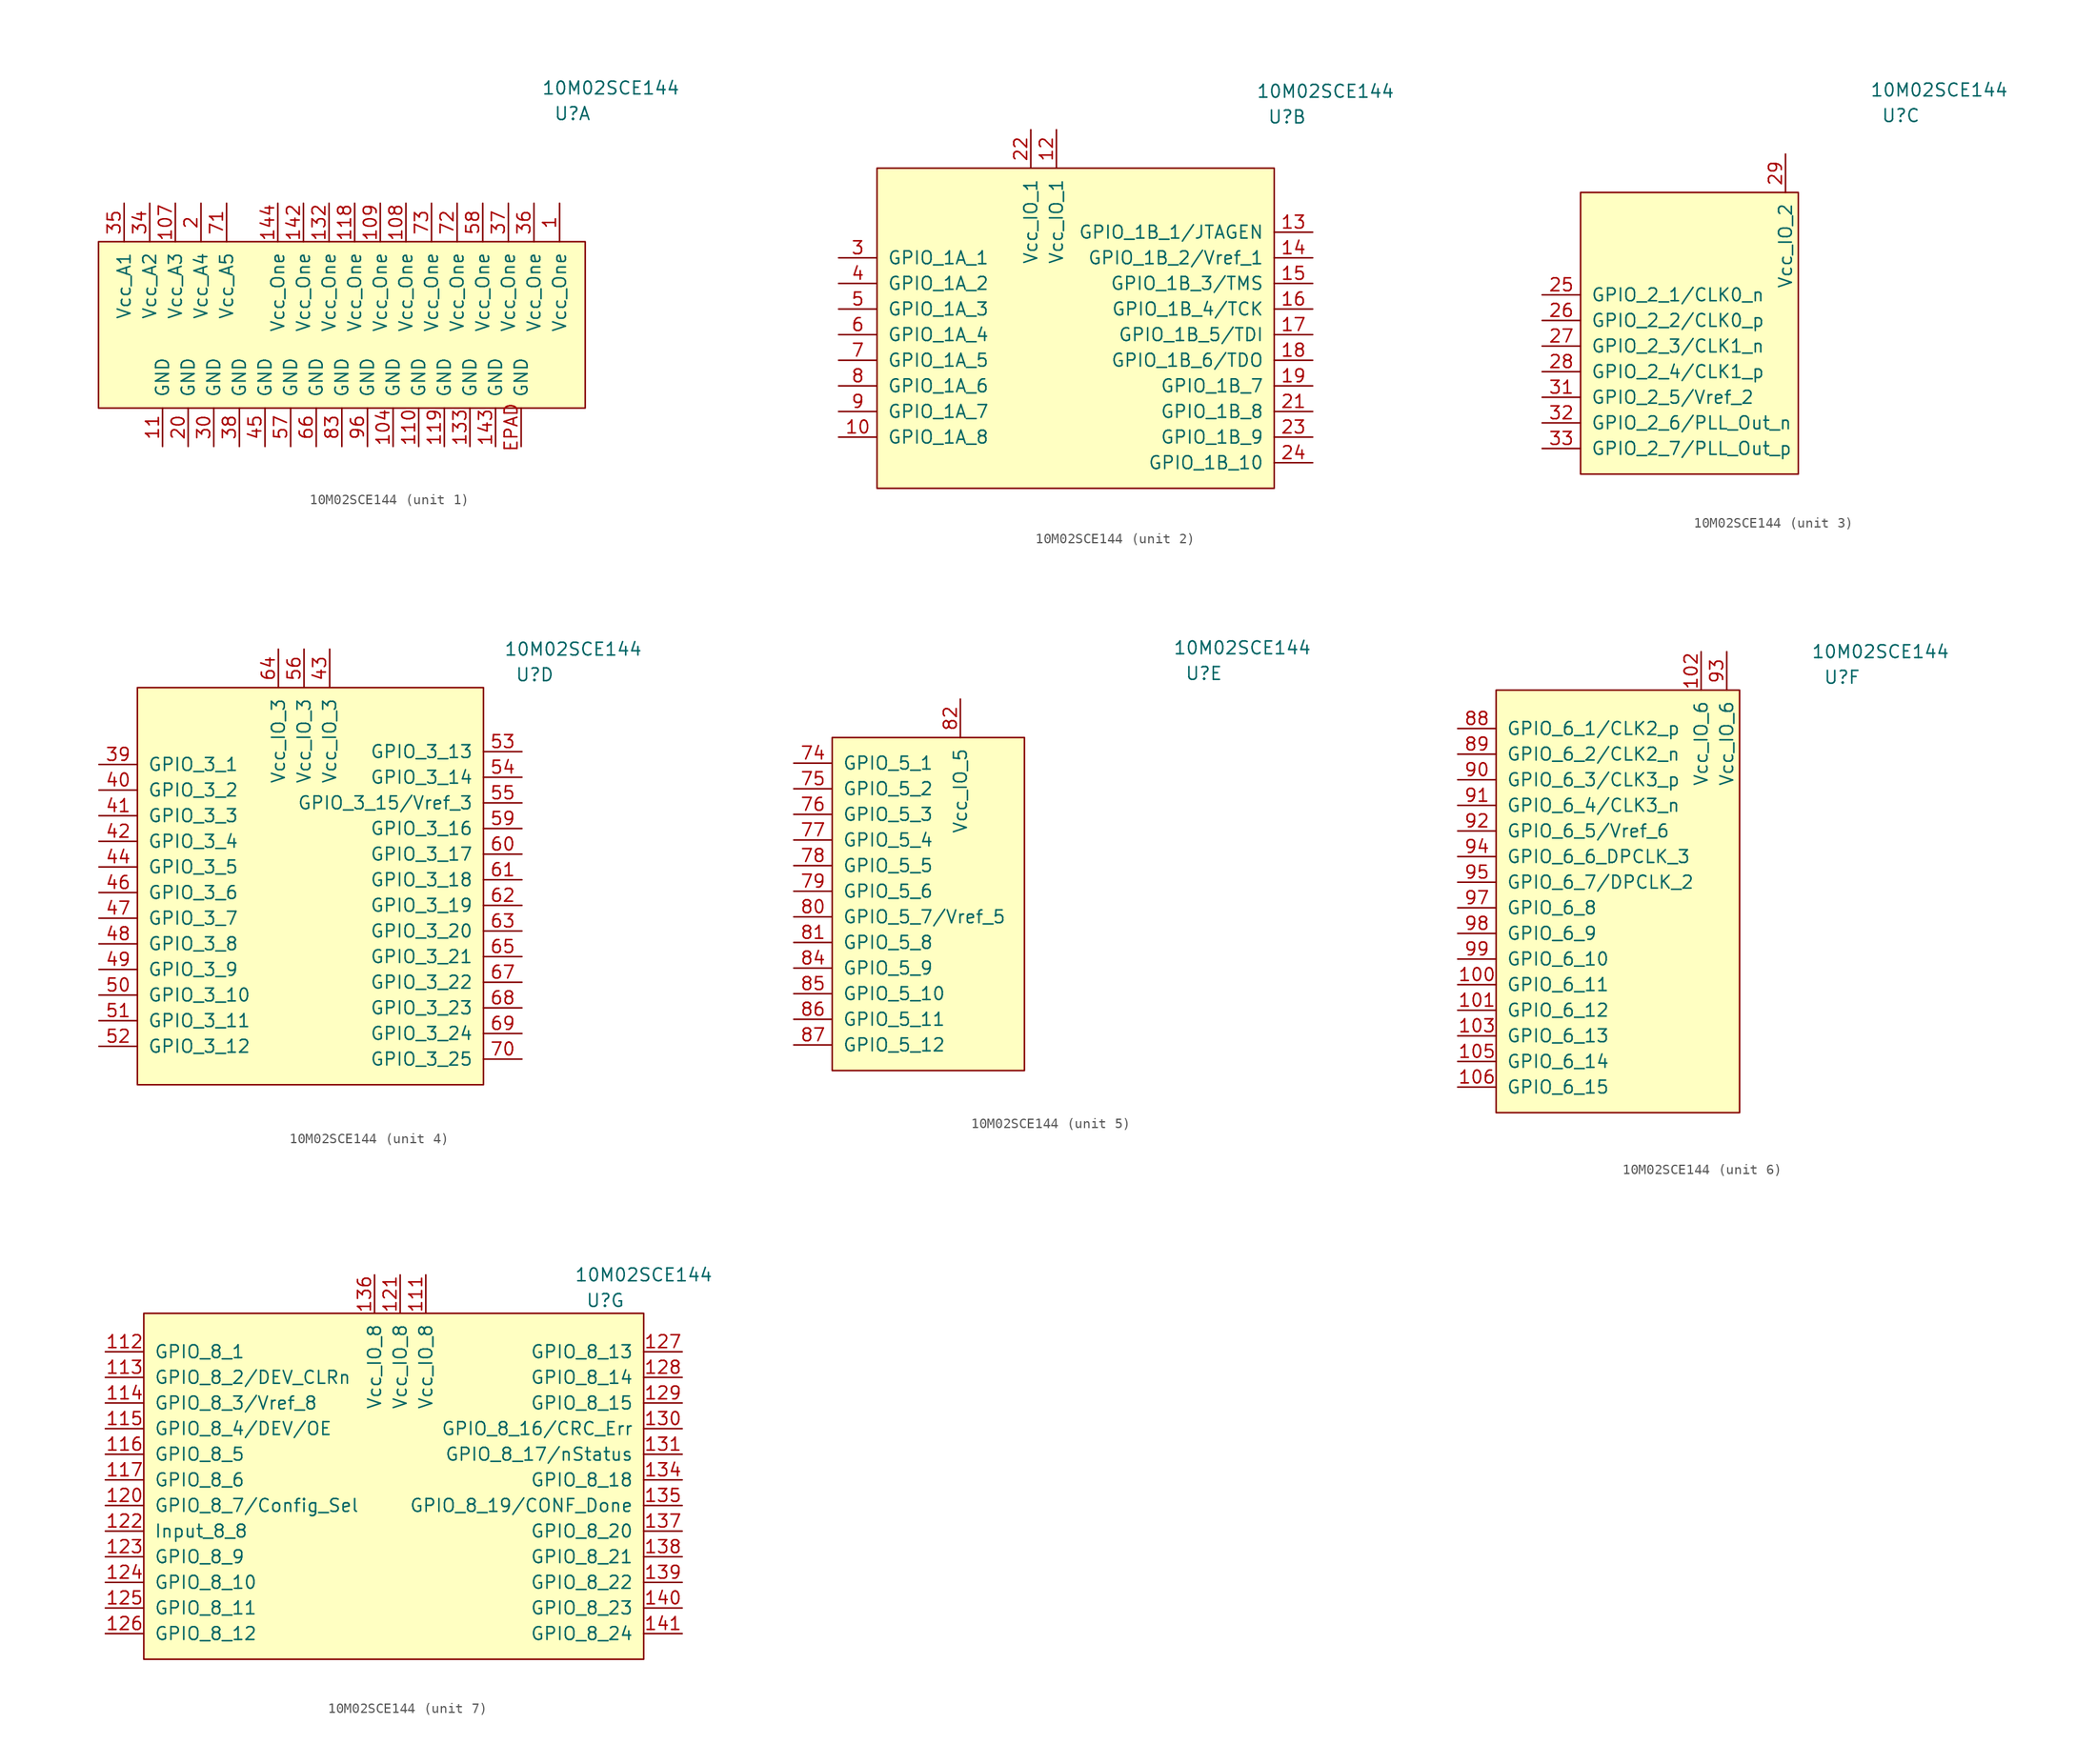
<source format=kicad_sym>
(kicad_symbol_lib
  (version 20210619)
  (generator kicad_symbol_editor)
  (symbol "Maxted Libs:10M02SCE144"
    (pin_names
      (offset 1.016))
    (property "Reference" "U"
      (at 22.86 22.86 0)
      (effects (font (size 1.27 1.27))))
    (property "Value" "10M02SCE144"
      (at 26.67 25.4 0)
      (effects (font (size 1.27 1.27))))
    (property "ki_locked" ""
      (at 0 0 0)
      (effects (font (size 1.27 1.27))))
    (symbol "10M02SCE144_1_1"
      (rectangle (start -24.13 10.16) (end 24.13 -6.35) (stroke (width 0)) (fill (type background)))
      (pin unspecified line (at 21.59 13.97 270) (length 3.81) (name "Vcc_One" (effects (font (size 1.27 1.27)))) (number "1" (effects (font (size 1.27 1.27)))))
      (pin unspecified line (at 5.08 -10.16 90) (length 3.81) (name "GND" (effects (font (size 1.27 1.27)))) (number "104" (effects (font (size 1.27 1.27)))))
      (pin unspecified line (at -16.51 13.97 270) (length 3.81) (name "Vcc_A3" (effects (font (size 1.27 1.27)))) (number "107" (effects (font (size 1.27 1.27)))))
      (pin unspecified line (at 6.35 13.97 270) (length 3.81) (name "Vcc_One" (effects (font (size 1.27 1.27)))) (number "108" (effects (font (size 1.27 1.27)))))
      (pin unspecified line (at 3.81 13.97 270) (length 3.81) (name "Vcc_One" (effects (font (size 1.27 1.27)))) (number "109" (effects (font (size 1.27 1.27)))))
      (pin unspecified line (at -17.78 -10.16 90) (length 3.81) (name "GND" (effects (font (size 1.27 1.27)))) (number "11" (effects (font (size 1.27 1.27)))))
      (pin unspecified line (at 7.62 -10.16 90) (length 3.81) (name "GND" (effects (font (size 1.27 1.27)))) (number "110" (effects (font (size 1.27 1.27)))))
      (pin unspecified line (at 1.27 13.97 270) (length 3.81) (name "Vcc_One" (effects (font (size 1.27 1.27)))) (number "118" (effects (font (size 1.27 1.27)))))
      (pin unspecified line (at 10.16 -10.16 90) (length 3.81) (name "GND" (effects (font (size 1.27 1.27)))) (number "119" (effects (font (size 1.27 1.27)))))
      (pin unspecified line (at -1.27 13.97 270) (length 3.81) (name "Vcc_One" (effects (font (size 1.27 1.27)))) (number "132" (effects (font (size 1.27 1.27)))))
      (pin unspecified line (at 12.7 -10.16 90) (length 3.81) (name "GND" (effects (font (size 1.27 1.27)))) (number "133" (effects (font (size 1.27 1.27)))))
      (pin unspecified line (at -3.81 13.97 270) (length 3.81) (name "Vcc_One" (effects (font (size 1.27 1.27)))) (number "142" (effects (font (size 1.27 1.27)))))
      (pin unspecified line (at 15.24 -10.16 90) (length 3.81) (name "GND" (effects (font (size 1.27 1.27)))) (number "143" (effects (font (size 1.27 1.27)))))
      (pin unspecified line (at -6.35 13.97 270) (length 3.81) (name "Vcc_One" (effects (font (size 1.27 1.27)))) (number "144" (effects (font (size 1.27 1.27)))))
      (pin unspecified line (at -13.97 13.97 270) (length 3.81) (name "Vcc_A4" (effects (font (size 1.27 1.27)))) (number "2" (effects (font (size 1.27 1.27)))))
      (pin unspecified line (at -15.24 -10.16 90) (length 3.81) (name "GND" (effects (font (size 1.27 1.27)))) (number "20" (effects (font (size 1.27 1.27)))))
      (pin unspecified line (at -12.7 -10.16 90) (length 3.81) (name "GND" (effects (font (size 1.27 1.27)))) (number "30" (effects (font (size 1.27 1.27)))))
      (pin unspecified line (at -19.05 13.97 270) (length 3.81) (name "Vcc_A2" (effects (font (size 1.27 1.27)))) (number "34" (effects (font (size 1.27 1.27)))))
      (pin unspecified line (at -21.59 13.97 270) (length 3.81) (name "Vcc_A1" (effects (font (size 1.27 1.27)))) (number "35" (effects (font (size 1.27 1.27)))))
      (pin unspecified line (at 19.05 13.97 270) (length 3.81) (name "Vcc_One" (effects (font (size 1.27 1.27)))) (number "36" (effects (font (size 1.27 1.27)))))
      (pin unspecified line (at 16.51 13.97 270) (length 3.81) (name "Vcc_One" (effects (font (size 1.27 1.27)))) (number "37" (effects (font (size 1.27 1.27)))))
      (pin unspecified line (at -10.16 -10.16 90) (length 3.81) (name "GND" (effects (font (size 1.27 1.27)))) (number "38" (effects (font (size 1.27 1.27)))))
      (pin unspecified line (at -7.62 -10.16 90) (length 3.81) (name "GND" (effects (font (size 1.27 1.27)))) (number "45" (effects (font (size 1.27 1.27)))))
      (pin unspecified line (at -5.08 -10.16 90) (length 3.81) (name "GND" (effects (font (size 1.27 1.27)))) (number "57" (effects (font (size 1.27 1.27)))))
      (pin unspecified line (at 13.97 13.97 270) (length 3.81) (name "Vcc_One" (effects (font (size 1.27 1.27)))) (number "58" (effects (font (size 1.27 1.27)))))
      (pin unspecified line (at -2.54 -10.16 90) (length 3.81) (name "GND" (effects (font (size 1.27 1.27)))) (number "66" (effects (font (size 1.27 1.27)))))
      (pin unspecified line (at -11.43 13.97 270) (length 3.81) (name "Vcc_A5" (effects (font (size 1.27 1.27)))) (number "71" (effects (font (size 1.27 1.27)))))
      (pin unspecified line (at 11.43 13.97 270) (length 3.81) (name "Vcc_One" (effects (font (size 1.27 1.27)))) (number "72" (effects (font (size 1.27 1.27)))))
      (pin unspecified line (at 8.89 13.97 270) (length 3.81) (name "Vcc_One" (effects (font (size 1.27 1.27)))) (number "73" (effects (font (size 1.27 1.27)))))
      (pin unspecified line (at 0 -10.16 90) (length 3.81) (name "GND" (effects (font (size 1.27 1.27)))) (number "83" (effects (font (size 1.27 1.27)))))
      (pin unspecified line (at 2.54 -10.16 90) (length 3.81) (name "GND" (effects (font (size 1.27 1.27)))) (number "96" (effects (font (size 1.27 1.27)))))
      (pin unspecified line (at 17.78 -10.16 90) (length 3.81) (name "GND" (effects (font (size 1.27 1.27)))) (number "EPAD" (effects (font (size 1.27 1.27))))))
    (symbol "10M02SCE144_2_1"
      (rectangle (start -17.78 17.78) (end 21.59 -13.97) (stroke (width 0)) (fill (type background)))
      (pin unspecified line (at -21.59 -8.89 0) (length 3.81) (name "GPIO_1A_8" (effects (font (size 1.27 1.27)))) (number "10" (effects (font (size 1.27 1.27)))))
      (pin unspecified line (at 0 21.59 270) (length 3.81) (name "Vcc_IO_1" (effects (font (size 1.27 1.27)))) (number "12" (effects (font (size 1.27 1.27)))))
      (pin unspecified line (at 25.4 11.43 180) (length 3.81) (name "GPIO_1B_1/JTAGEN" (effects (font (size 1.27 1.27)))) (number "13" (effects (font (size 1.27 1.27)))))
      (pin unspecified line (at 25.4 8.89 180) (length 3.81) (name "GPIO_1B_2/Vref_1" (effects (font (size 1.27 1.27)))) (number "14" (effects (font (size 1.27 1.27)))))
      (pin unspecified line (at 25.4 6.35 180) (length 3.81) (name "GPIO_1B_3/TMS" (effects (font (size 1.27 1.27)))) (number "15" (effects (font (size 1.27 1.27)))))
      (pin unspecified line (at 25.4 3.81 180) (length 3.81) (name "GPIO_1B_4/TCK" (effects (font (size 1.27 1.27)))) (number "16" (effects (font (size 1.27 1.27)))))
      (pin unspecified line (at 25.4 1.27 180) (length 3.81) (name "GPIO_1B_5/TDI" (effects (font (size 1.27 1.27)))) (number "17" (effects (font (size 1.27 1.27)))))
      (pin unspecified line (at 25.4 -1.27 180) (length 3.81) (name "GPIO_1B_6/TDO" (effects (font (size 1.27 1.27)))) (number "18" (effects (font (size 1.27 1.27)))))
      (pin unspecified line (at 25.4 -3.81 180) (length 3.81) (name "GPIO_1B_7" (effects (font (size 1.27 1.27)))) (number "19" (effects (font (size 1.27 1.27)))))
      (pin unspecified line (at 25.4 -6.35 180) (length 3.81) (name "GPIO_1B_8" (effects (font (size 1.27 1.27)))) (number "21" (effects (font (size 1.27 1.27)))))
      (pin unspecified line (at -2.54 21.59 270) (length 3.81) (name "Vcc_IO_1" (effects (font (size 1.27 1.27)))) (number "22" (effects (font (size 1.27 1.27)))))
      (pin unspecified line (at 25.4 -8.89 180) (length 3.81) (name "GPIO_1B_9" (effects (font (size 1.27 1.27)))) (number "23" (effects (font (size 1.27 1.27)))))
      (pin unspecified line (at 25.4 -11.43 180) (length 3.81) (name "GPIO_1B_10" (effects (font (size 1.27 1.27)))) (number "24" (effects (font (size 1.27 1.27)))))
      (pin unspecified line (at -21.59 8.89 0) (length 3.81) (name "GPIO_1A_1" (effects (font (size 1.27 1.27)))) (number "3" (effects (font (size 1.27 1.27)))))
      (pin unspecified line (at -21.59 6.35 0) (length 3.81) (name "GPIO_1A_2" (effects (font (size 1.27 1.27)))) (number "4" (effects (font (size 1.27 1.27)))))
      (pin unspecified line (at -21.59 3.81 0) (length 3.81) (name "GPIO_1A_3" (effects (font (size 1.27 1.27)))) (number "5" (effects (font (size 1.27 1.27)))))
      (pin unspecified line (at -21.59 1.27 0) (length 3.81) (name "GPIO_1A_4" (effects (font (size 1.27 1.27)))) (number "6" (effects (font (size 1.27 1.27)))))
      (pin unspecified line (at -21.59 -1.27 0) (length 3.81) (name "GPIO_1A_5" (effects (font (size 1.27 1.27)))) (number "7" (effects (font (size 1.27 1.27)))))
      (pin unspecified line (at -21.59 -3.81 0) (length 3.81) (name "GPIO_1A_6" (effects (font (size 1.27 1.27)))) (number "8" (effects (font (size 1.27 1.27)))))
      (pin unspecified line (at -21.59 -6.35 0) (length 3.81) (name "GPIO_1A_7" (effects (font (size 1.27 1.27)))) (number "9" (effects (font (size 1.27 1.27))))))
    (symbol "10M02SCE144_3_1"
      (rectangle (start 12.7 15.24) (end -8.89 -12.7) (stroke (width 0)) (fill (type background)))
      (pin unspecified line (at -12.7 5.08 0) (length 3.81) (name "GPIO_2_1/CLK0_n" (effects (font (size 1.27 1.27)))) (number "25" (effects (font (size 1.27 1.27)))))
      (pin unspecified line (at -12.7 2.54 0) (length 3.81) (name "GPIO_2_2/CLK0_p" (effects (font (size 1.27 1.27)))) (number "26" (effects (font (size 1.27 1.27)))))
      (pin unspecified line (at -12.7 0 0) (length 3.81) (name "GPIO_2_3/CLK1_n" (effects (font (size 1.27 1.27)))) (number "27" (effects (font (size 1.27 1.27)))))
      (pin unspecified line (at -12.7 -2.54 0) (length 3.81) (name "GPIO_2_4/CLK1_p" (effects (font (size 1.27 1.27)))) (number "28" (effects (font (size 1.27 1.27)))))
      (pin unspecified line (at 11.43 19.05 270) (length 3.81) (name "Vcc_IO_2" (effects (font (size 1.27 1.27)))) (number "29" (effects (font (size 1.27 1.27)))))
      (pin unspecified line (at -12.7 -5.08 0) (length 3.81) (name "GPIO_2_5/Vref_2" (effects (font (size 1.27 1.27)))) (number "31" (effects (font (size 1.27 1.27)))))
      (pin unspecified line (at -12.7 -7.62 0) (length 3.81) (name "GPIO_2_6/PLL_Out_n" (effects (font (size 1.27 1.27)))) (number "32" (effects (font (size 1.27 1.27)))))
      (pin unspecified line (at -12.7 -10.16 0) (length 3.81) (name "GPIO_2_7/PLL_Out_p" (effects (font (size 1.27 1.27)))) (number "33" (effects (font (size 1.27 1.27))))))
    (symbol "10M02SCE144_4_1"
      (rectangle (start 17.78 -17.78) (end -16.51 21.59) (stroke (width 0)) (fill (type background)))
      (pin unspecified line (at -20.32 13.97 0) (length 3.81) (name "GPIO_3_1" (effects (font (size 1.27 1.27)))) (number "39" (effects (font (size 1.27 1.27)))))
      (pin unspecified line (at -20.32 11.43 0) (length 3.81) (name "GPIO_3_2" (effects (font (size 1.27 1.27)))) (number "40" (effects (font (size 1.27 1.27)))))
      (pin unspecified line (at -20.32 8.89 0) (length 3.81) (name "GPIO_3_3" (effects (font (size 1.27 1.27)))) (number "41" (effects (font (size 1.27 1.27)))))
      (pin unspecified line (at -20.32 6.35 0) (length 3.81) (name "GPIO_3_4" (effects (font (size 1.27 1.27)))) (number "42" (effects (font (size 1.27 1.27)))))
      (pin unspecified line (at 2.54 25.4 270) (length 3.81) (name "Vcc_IO_3" (effects (font (size 1.27 1.27)))) (number "43" (effects (font (size 1.27 1.27)))))
      (pin unspecified line (at -20.32 3.81 0) (length 3.81) (name "GPIO_3_5" (effects (font (size 1.27 1.27)))) (number "44" (effects (font (size 1.27 1.27)))))
      (pin unspecified line (at -20.32 1.27 0) (length 3.81) (name "GPIO_3_6" (effects (font (size 1.27 1.27)))) (number "46" (effects (font (size 1.27 1.27)))))
      (pin unspecified line (at -20.32 -1.27 0) (length 3.81) (name "GPIO_3_7" (effects (font (size 1.27 1.27)))) (number "47" (effects (font (size 1.27 1.27)))))
      (pin unspecified line (at -20.32 -3.81 0) (length 3.81) (name "GPIO_3_8" (effects (font (size 1.27 1.27)))) (number "48" (effects (font (size 1.27 1.27)))))
      (pin unspecified line (at -20.32 -6.35 0) (length 3.81) (name "GPIO_3_9" (effects (font (size 1.27 1.27)))) (number "49" (effects (font (size 1.27 1.27)))))
      (pin unspecified line (at -20.32 -8.89 0) (length 3.81) (name "GPIO_3_10" (effects (font (size 1.27 1.27)))) (number "50" (effects (font (size 1.27 1.27)))))
      (pin unspecified line (at -20.32 -11.43 0) (length 3.81) (name "GPIO_3_11" (effects (font (size 1.27 1.27)))) (number "51" (effects (font (size 1.27 1.27)))))
      (pin unspecified line (at -20.32 -13.97 0) (length 3.81) (name "GPIO_3_12" (effects (font (size 1.27 1.27)))) (number "52" (effects (font (size 1.27 1.27)))))
      (pin unspecified line (at 21.59 15.24 180) (length 3.81) (name "GPIO_3_13" (effects (font (size 1.27 1.27)))) (number "53" (effects (font (size 1.27 1.27)))))
      (pin unspecified line (at 21.59 12.7 180) (length 3.81) (name "GPIO_3_14" (effects (font (size 1.27 1.27)))) (number "54" (effects (font (size 1.27 1.27)))))
      (pin unspecified line (at 21.59 10.16 180) (length 3.81) (name "GPIO_3_15/Vref_3" (effects (font (size 1.27 1.27)))) (number "55" (effects (font (size 1.27 1.27)))))
      (pin unspecified line (at 0 25.4 270) (length 3.81) (name "Vcc_IO_3" (effects (font (size 1.27 1.27)))) (number "56" (effects (font (size 1.27 1.27)))))
      (pin unspecified line (at 21.59 7.62 180) (length 3.81) (name "GPIO_3_16" (effects (font (size 1.27 1.27)))) (number "59" (effects (font (size 1.27 1.27)))))
      (pin unspecified line (at 21.59 5.08 180) (length 3.81) (name "GPIO_3_17" (effects (font (size 1.27 1.27)))) (number "60" (effects (font (size 1.27 1.27)))))
      (pin unspecified line (at 21.59 2.54 180) (length 3.81) (name "GPIO_3_18" (effects (font (size 1.27 1.27)))) (number "61" (effects (font (size 1.27 1.27)))))
      (pin unspecified line (at 21.59 0 180) (length 3.81) (name "GPIO_3_19" (effects (font (size 1.27 1.27)))) (number "62" (effects (font (size 1.27 1.27)))))
      (pin unspecified line (at 21.59 -2.54 180) (length 3.81) (name "GPIO_3_20" (effects (font (size 1.27 1.27)))) (number "63" (effects (font (size 1.27 1.27)))))
      (pin unspecified line (at -2.54 25.4 270) (length 3.81) (name "Vcc_IO_3" (effects (font (size 1.27 1.27)))) (number "64" (effects (font (size 1.27 1.27)))))
      (pin unspecified line (at 21.59 -5.08 180) (length 3.81) (name "GPIO_3_21" (effects (font (size 1.27 1.27)))) (number "65" (effects (font (size 1.27 1.27)))))
      (pin unspecified line (at 21.59 -7.62 180) (length 3.81) (name "GPIO_3_22" (effects (font (size 1.27 1.27)))) (number "67" (effects (font (size 1.27 1.27)))))
      (pin unspecified line (at 21.59 -10.16 180) (length 3.81) (name "GPIO_3_23" (effects (font (size 1.27 1.27)))) (number "68" (effects (font (size 1.27 1.27)))))
      (pin unspecified line (at 21.59 -12.7 180) (length 3.81) (name "GPIO_3_24" (effects (font (size 1.27 1.27)))) (number "69" (effects (font (size 1.27 1.27)))))
      (pin unspecified line (at 21.59 -15.24 180) (length 3.81) (name "GPIO_3_25" (effects (font (size 1.27 1.27)))) (number "70" (effects (font (size 1.27 1.27))))))
    (symbol "10M02SCE144_5_1"
      (rectangle (start 5.08 16.51) (end -13.97 -16.51) (stroke (width 0)) (fill (type background)))
      (pin unspecified line (at -17.78 13.97 0) (length 3.81) (name "GPIO_5_1" (effects (font (size 1.27 1.27)))) (number "74" (effects (font (size 1.27 1.27)))))
      (pin unspecified line (at -17.78 11.43 0) (length 3.81) (name "GPIO_5_2" (effects (font (size 1.27 1.27)))) (number "75" (effects (font (size 1.27 1.27)))))
      (pin unspecified line (at -17.78 8.89 0) (length 3.81) (name "GPIO_5_3" (effects (font (size 1.27 1.27)))) (number "76" (effects (font (size 1.27 1.27)))))
      (pin unspecified line (at -17.78 6.35 0) (length 3.81) (name "GPIO_5_4" (effects (font (size 1.27 1.27)))) (number "77" (effects (font (size 1.27 1.27)))))
      (pin unspecified line (at -17.78 3.81 0) (length 3.81) (name "GPIO_5_5" (effects (font (size 1.27 1.27)))) (number "78" (effects (font (size 1.27 1.27)))))
      (pin unspecified line (at -17.78 1.27 0) (length 3.81) (name "GPIO_5_6" (effects (font (size 1.27 1.27)))) (number "79" (effects (font (size 1.27 1.27)))))
      (pin unspecified line (at -17.78 -1.27 0) (length 3.81) (name "GPIO_5_7/Vref_5" (effects (font (size 1.27 1.27)))) (number "80" (effects (font (size 1.27 1.27)))))
      (pin unspecified line (at -17.78 -3.81 0) (length 3.81) (name "GPIO_5_8" (effects (font (size 1.27 1.27)))) (number "81" (effects (font (size 1.27 1.27)))))
      (pin unspecified line (at -1.27 20.32 270) (length 3.81) (name "Vcc_IO_5" (effects (font (size 1.27 1.27)))) (number "82" (effects (font (size 1.27 1.27)))))
      (pin unspecified line (at -17.78 -6.35 0) (length 3.81) (name "GPIO_5_9" (effects (font (size 1.27 1.27)))) (number "84" (effects (font (size 1.27 1.27)))))
      (pin unspecified line (at -17.78 -8.89 0) (length 3.81) (name "GPIO_5_10" (effects (font (size 1.27 1.27)))) (number "85" (effects (font (size 1.27 1.27)))))
      (pin unspecified line (at -17.78 -11.43 0) (length 3.81) (name "GPIO_5_11" (effects (font (size 1.27 1.27)))) (number "86" (effects (font (size 1.27 1.27)))))
      (pin unspecified line (at -17.78 -13.97 0) (length 3.81) (name "GPIO_5_12" (effects (font (size 1.27 1.27)))) (number "87" (effects (font (size 1.27 1.27))))))
    (symbol "10M02SCE144_6_1"
      (rectangle (start 12.7 21.59) (end -11.43 -20.32) (stroke (width 0)) (fill (type background)))
      (pin unspecified line (at -15.24 -7.62 0) (length 3.81) (name "GPIO_6_11" (effects (font (size 1.27 1.27)))) (number "100" (effects (font (size 1.27 1.27)))))
      (pin unspecified line (at -15.24 -10.16 0) (length 3.81) (name "GPIO_6_12" (effects (font (size 1.27 1.27)))) (number "101" (effects (font (size 1.27 1.27)))))
      (pin unspecified line (at 8.89 25.4 270) (length 3.81) (name "Vcc_IO_6" (effects (font (size 1.27 1.27)))) (number "102" (effects (font (size 1.27 1.27)))))
      (pin unspecified line (at -15.24 -12.7 0) (length 3.81) (name "GPIO_6_13" (effects (font (size 1.27 1.27)))) (number "103" (effects (font (size 1.27 1.27)))))
      (pin unspecified line (at -15.24 -15.24 0) (length 3.81) (name "GPIO_6_14" (effects (font (size 1.27 1.27)))) (number "105" (effects (font (size 1.27 1.27)))))
      (pin unspecified line (at -15.24 -17.78 0) (length 3.81) (name "GPIO_6_15" (effects (font (size 1.27 1.27)))) (number "106" (effects (font (size 1.27 1.27)))))
      (pin unspecified line (at -15.24 17.78 0) (length 3.81) (name "GPIO_6_1/CLK2_p" (effects (font (size 1.27 1.27)))) (number "88" (effects (font (size 1.27 1.27)))))
      (pin unspecified line (at -15.24 15.24 0) (length 3.81) (name "GPIO_6_2/CLK2_n" (effects (font (size 1.27 1.27)))) (number "89" (effects (font (size 1.27 1.27)))))
      (pin unspecified line (at -15.24 12.7 0) (length 3.81) (name "GPIO_6_3/CLK3_p" (effects (font (size 1.27 1.27)))) (number "90" (effects (font (size 1.27 1.27)))))
      (pin unspecified line (at -15.24 10.16 0) (length 3.81) (name "GPIO_6_4/CLK3_n" (effects (font (size 1.27 1.27)))) (number "91" (effects (font (size 1.27 1.27)))))
      (pin unspecified line (at -15.24 7.62 0) (length 3.81) (name "GPIO_6_5/Vref_6" (effects (font (size 1.27 1.27)))) (number "92" (effects (font (size 1.27 1.27)))))
      (pin unspecified line (at 11.43 25.4 270) (length 3.81) (name "Vcc_IO_6" (effects (font (size 1.27 1.27)))) (number "93" (effects (font (size 1.27 1.27)))))
      (pin unspecified line (at -15.24 5.08 0) (length 3.81) (name "GPIO_6_6_DPCLK_3" (effects (font (size 1.27 1.27)))) (number "94" (effects (font (size 1.27 1.27)))))
      (pin unspecified line (at -15.24 2.54 0) (length 3.81) (name "GPIO_6_7/DPCLK_2" (effects (font (size 1.27 1.27)))) (number "95" (effects (font (size 1.27 1.27)))))
      (pin unspecified line (at -15.24 0 0) (length 3.81) (name "GPIO_6_8" (effects (font (size 1.27 1.27)))) (number "97" (effects (font (size 1.27 1.27)))))
      (pin unspecified line (at -15.24 -2.54 0) (length 3.81) (name "GPIO_6_9" (effects (font (size 1.27 1.27)))) (number "98" (effects (font (size 1.27 1.27)))))
      (pin unspecified line (at -15.24 -5.08 0) (length 3.81) (name "GPIO_6_10" (effects (font (size 1.27 1.27)))) (number "99" (effects (font (size 1.27 1.27))))))
    (symbol "10M02SCE144_7_1"
      (rectangle (start -22.86 21.59) (end 26.67 -12.7) (stroke (width 0)) (fill (type background)))
      (pin unspecified line (at 5.08 25.4 270) (length 3.81) (name "Vcc_IO_8" (effects (font (size 1.27 1.27)))) (number "111" (effects (font (size 1.27 1.27)))))
      (pin unspecified line (at -26.67 17.78 0) (length 3.81) (name "GPIO_8_1" (effects (font (size 1.27 1.27)))) (number "112" (effects (font (size 1.27 1.27)))))
      (pin unspecified line (at -26.67 15.24 0) (length 3.81) (name "GPIO_8_2/DEV_CLRn" (effects (font (size 1.27 1.27)))) (number "113" (effects (font (size 1.27 1.27)))))
      (pin unspecified line (at -26.67 12.7 0) (length 3.81) (name "GPIO_8_3/Vref_8" (effects (font (size 1.27 1.27)))) (number "114" (effects (font (size 1.27 1.27)))))
      (pin unspecified line (at -26.67 10.16 0) (length 3.81) (name "GPIO_8_4/DEV/OE" (effects (font (size 1.27 1.27)))) (number "115" (effects (font (size 1.27 1.27)))))
      (pin unspecified line (at -26.67 7.62 0) (length 3.81) (name "GPIO_8_5" (effects (font (size 1.27 1.27)))) (number "116" (effects (font (size 1.27 1.27)))))
      (pin unspecified line (at -26.67 5.08 0) (length 3.81) (name "GPIO_8_6" (effects (font (size 1.27 1.27)))) (number "117" (effects (font (size 1.27 1.27)))))
      (pin unspecified line (at -26.67 2.54 0) (length 3.81) (name "GPIO_8_7/Config_Sel" (effects (font (size 1.27 1.27)))) (number "120" (effects (font (size 1.27 1.27)))))
      (pin unspecified line (at 2.54 25.4 270) (length 3.81) (name "Vcc_IO_8" (effects (font (size 1.27 1.27)))) (number "121" (effects (font (size 1.27 1.27)))))
      (pin unspecified line (at -26.67 0 0) (length 3.81) (name "Input_8_8" (effects (font (size 1.27 1.27)))) (number "122" (effects (font (size 1.27 1.27)))))
      (pin unspecified line (at -26.67 -2.54 0) (length 3.81) (name "GPIO_8_9" (effects (font (size 1.27 1.27)))) (number "123" (effects (font (size 1.27 1.27)))))
      (pin unspecified line (at -26.67 -5.08 0) (length 3.81) (name "GPIO_8_10" (effects (font (size 1.27 1.27)))) (number "124" (effects (font (size 1.27 1.27)))))
      (pin unspecified line (at -26.67 -7.62 0) (length 3.81) (name "GPIO_8_11" (effects (font (size 1.27 1.27)))) (number "125" (effects (font (size 1.27 1.27)))))
      (pin unspecified line (at -26.67 -10.16 0) (length 3.81) (name "GPIO_8_12" (effects (font (size 1.27 1.27)))) (number "126" (effects (font (size 1.27 1.27)))))
      (pin unspecified line (at 30.48 17.78 180) (length 3.81) (name "GPIO_8_13" (effects (font (size 1.27 1.27)))) (number "127" (effects (font (size 1.27 1.27)))))
      (pin unspecified line (at 30.48 15.24 180) (length 3.81) (name "GPIO_8_14" (effects (font (size 1.27 1.27)))) (number "128" (effects (font (size 1.27 1.27)))))
      (pin unspecified line (at 30.48 12.7 180) (length 3.81) (name "GPIO_8_15" (effects (font (size 1.27 1.27)))) (number "129" (effects (font (size 1.27 1.27)))))
      (pin unspecified line (at 30.48 10.16 180) (length 3.81) (name "GPIO_8_16/CRC_Err" (effects (font (size 1.27 1.27)))) (number "130" (effects (font (size 1.27 1.27)))))
      (pin unspecified line (at 30.48 7.62 180) (length 3.81) (name "GPIO_8_17/nStatus" (effects (font (size 1.27 1.27)))) (number "131" (effects (font (size 1.27 1.27)))))
      (pin unspecified line (at 30.48 5.08 180) (length 3.81) (name "GPIO_8_18" (effects (font (size 1.27 1.27)))) (number "134" (effects (font (size 1.27 1.27)))))
      (pin unspecified line (at 30.48 2.54 180) (length 3.81) (name "GPIO_8_19/CONF_Done" (effects (font (size 1.27 1.27)))) (number "135" (effects (font (size 1.27 1.27)))))
      (pin unspecified line (at 0 25.4 270) (length 3.81) (name "Vcc_IO_8" (effects (font (size 1.27 1.27)))) (number "136" (effects (font (size 1.27 1.27)))))
      (pin unspecified line (at 30.48 0 180) (length 3.81) (name "GPIO_8_20" (effects (font (size 1.27 1.27)))) (number "137" (effects (font (size 1.27 1.27)))))
      (pin unspecified line (at 30.48 -2.54 180) (length 3.81) (name "GPIO_8_21" (effects (font (size 1.27 1.27)))) (number "138" (effects (font (size 1.27 1.27)))))
      (pin unspecified line (at 30.48 -5.08 180) (length 3.81) (name "GPIO_8_22" (effects (font (size 1.27 1.27)))) (number "139" (effects (font (size 1.27 1.27)))))
      (pin unspecified line (at 30.48 -7.62 180) (length 3.81) (name "GPIO_8_23" (effects (font (size 1.27 1.27)))) (number "140" (effects (font (size 1.27 1.27)))))
      (pin unspecified line (at 30.48 -10.16 180) (length 3.81) (name "GPIO_8_24" (effects (font (size 1.27 1.27)))) (number "141" (effects (font (size 1.27 1.27))))))))
</source>
